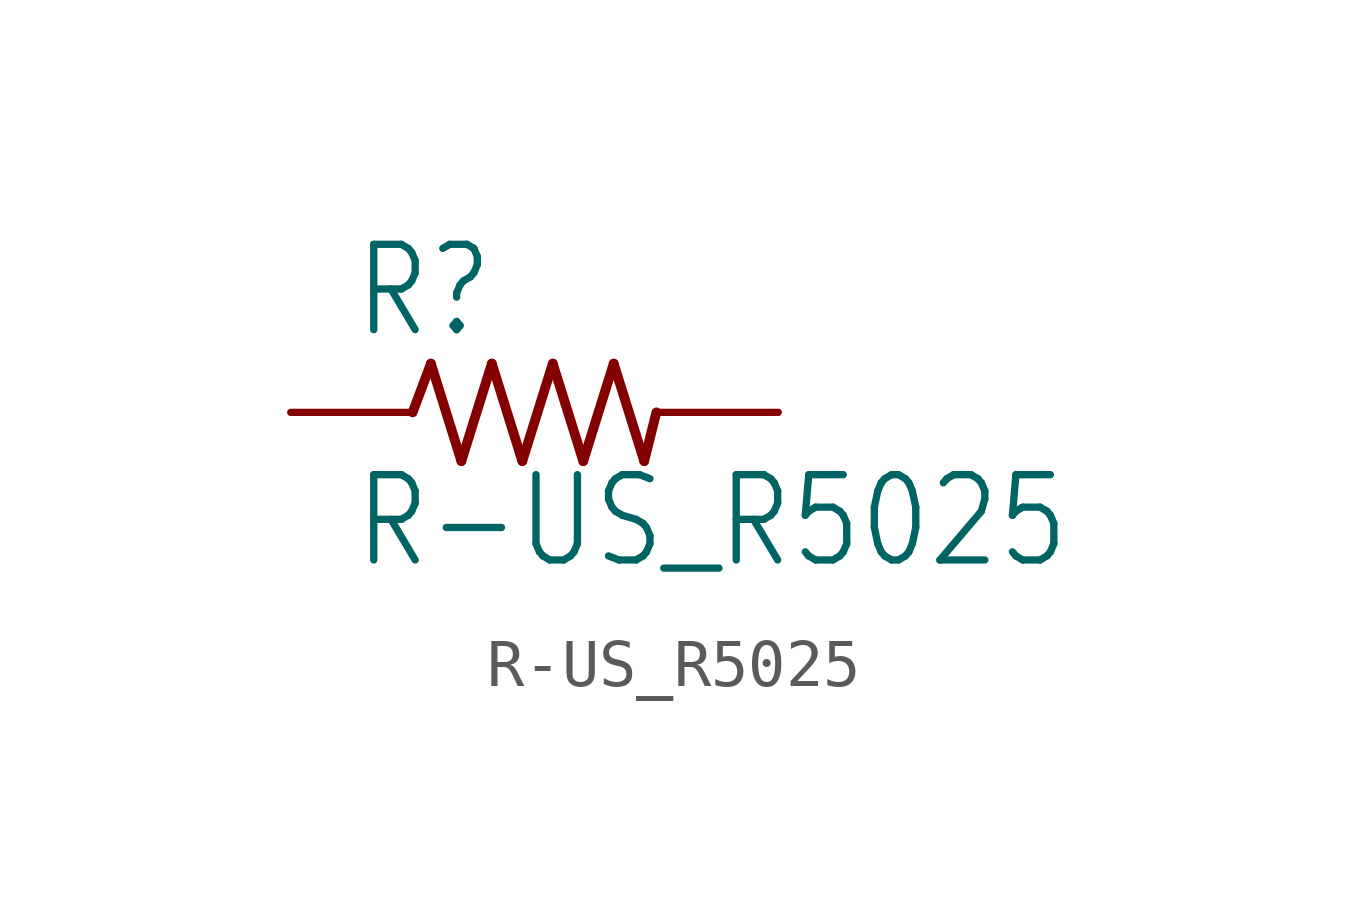
<source format=kicad_sym>
(kicad_symbol_lib
  (version 20201005)
  (generator kicad_symbol_editor)
  (symbol "R-US_R5025"
    (property "Reference" "R"
      (at -3.81 1.499 0)
      (effects (font (size 1.778 1.511)) (justify left bottom)))
    (property "Value" "R-US_R5025"
      (at -3.81 -3.302 0)
      (effects (font (size 1.778 1.511)) (justify left bottom)))
    (property "ki_locked" ""
      (at 0 0 0)
      (effects (font (size 1.27 1.27))))
    (symbol "R-US_R5025_1_0"
      (polyline (pts (xy -2.54 0) (xy -2.159 1.016)) (stroke (width 0.203)) (fill (type none)))
      (polyline (pts (xy -2.159 1.016) (xy -1.524 -1.016)) (stroke (width 0.203)) (fill (type none)))
      (polyline (pts (xy -1.524 -1.016) (xy -0.889 1.016)) (stroke (width 0.203)) (fill (type none)))
      (polyline (pts (xy -0.889 1.016) (xy -0.254 -1.016)) (stroke (width 0.203)) (fill (type none)))
      (polyline (pts (xy -0.254 -1.016) (xy 0.381 1.016)) (stroke (width 0.203)) (fill (type none)))
      (polyline (pts (xy 0.381 1.016) (xy 1.016 -1.016)) (stroke (width 0.203)) (fill (type none)))
      (polyline (pts (xy 1.016 -1.016) (xy 1.651 1.016)) (stroke (width 0.203)) (fill (type none)))
      (polyline (pts (xy 1.651 1.016) (xy 2.286 -1.016)) (stroke (width 0.203)) (fill (type none)))
      (polyline (pts (xy 2.286 -1.016) (xy 2.54 0)) (stroke (width 0.203)) (fill (type none)))
      (pin passive line (at 5.08 0 180) (length 2.54) (name "2" (effects (font (size 0 0)))) (number "2" (effects (font (size 0 0)))))
      (pin passive line (at -5.08 0 0) (length 2.54) (name "1" (effects (font (size 0 0)))) (number "1" (effects (font (size 0 0))))))))
</source>
